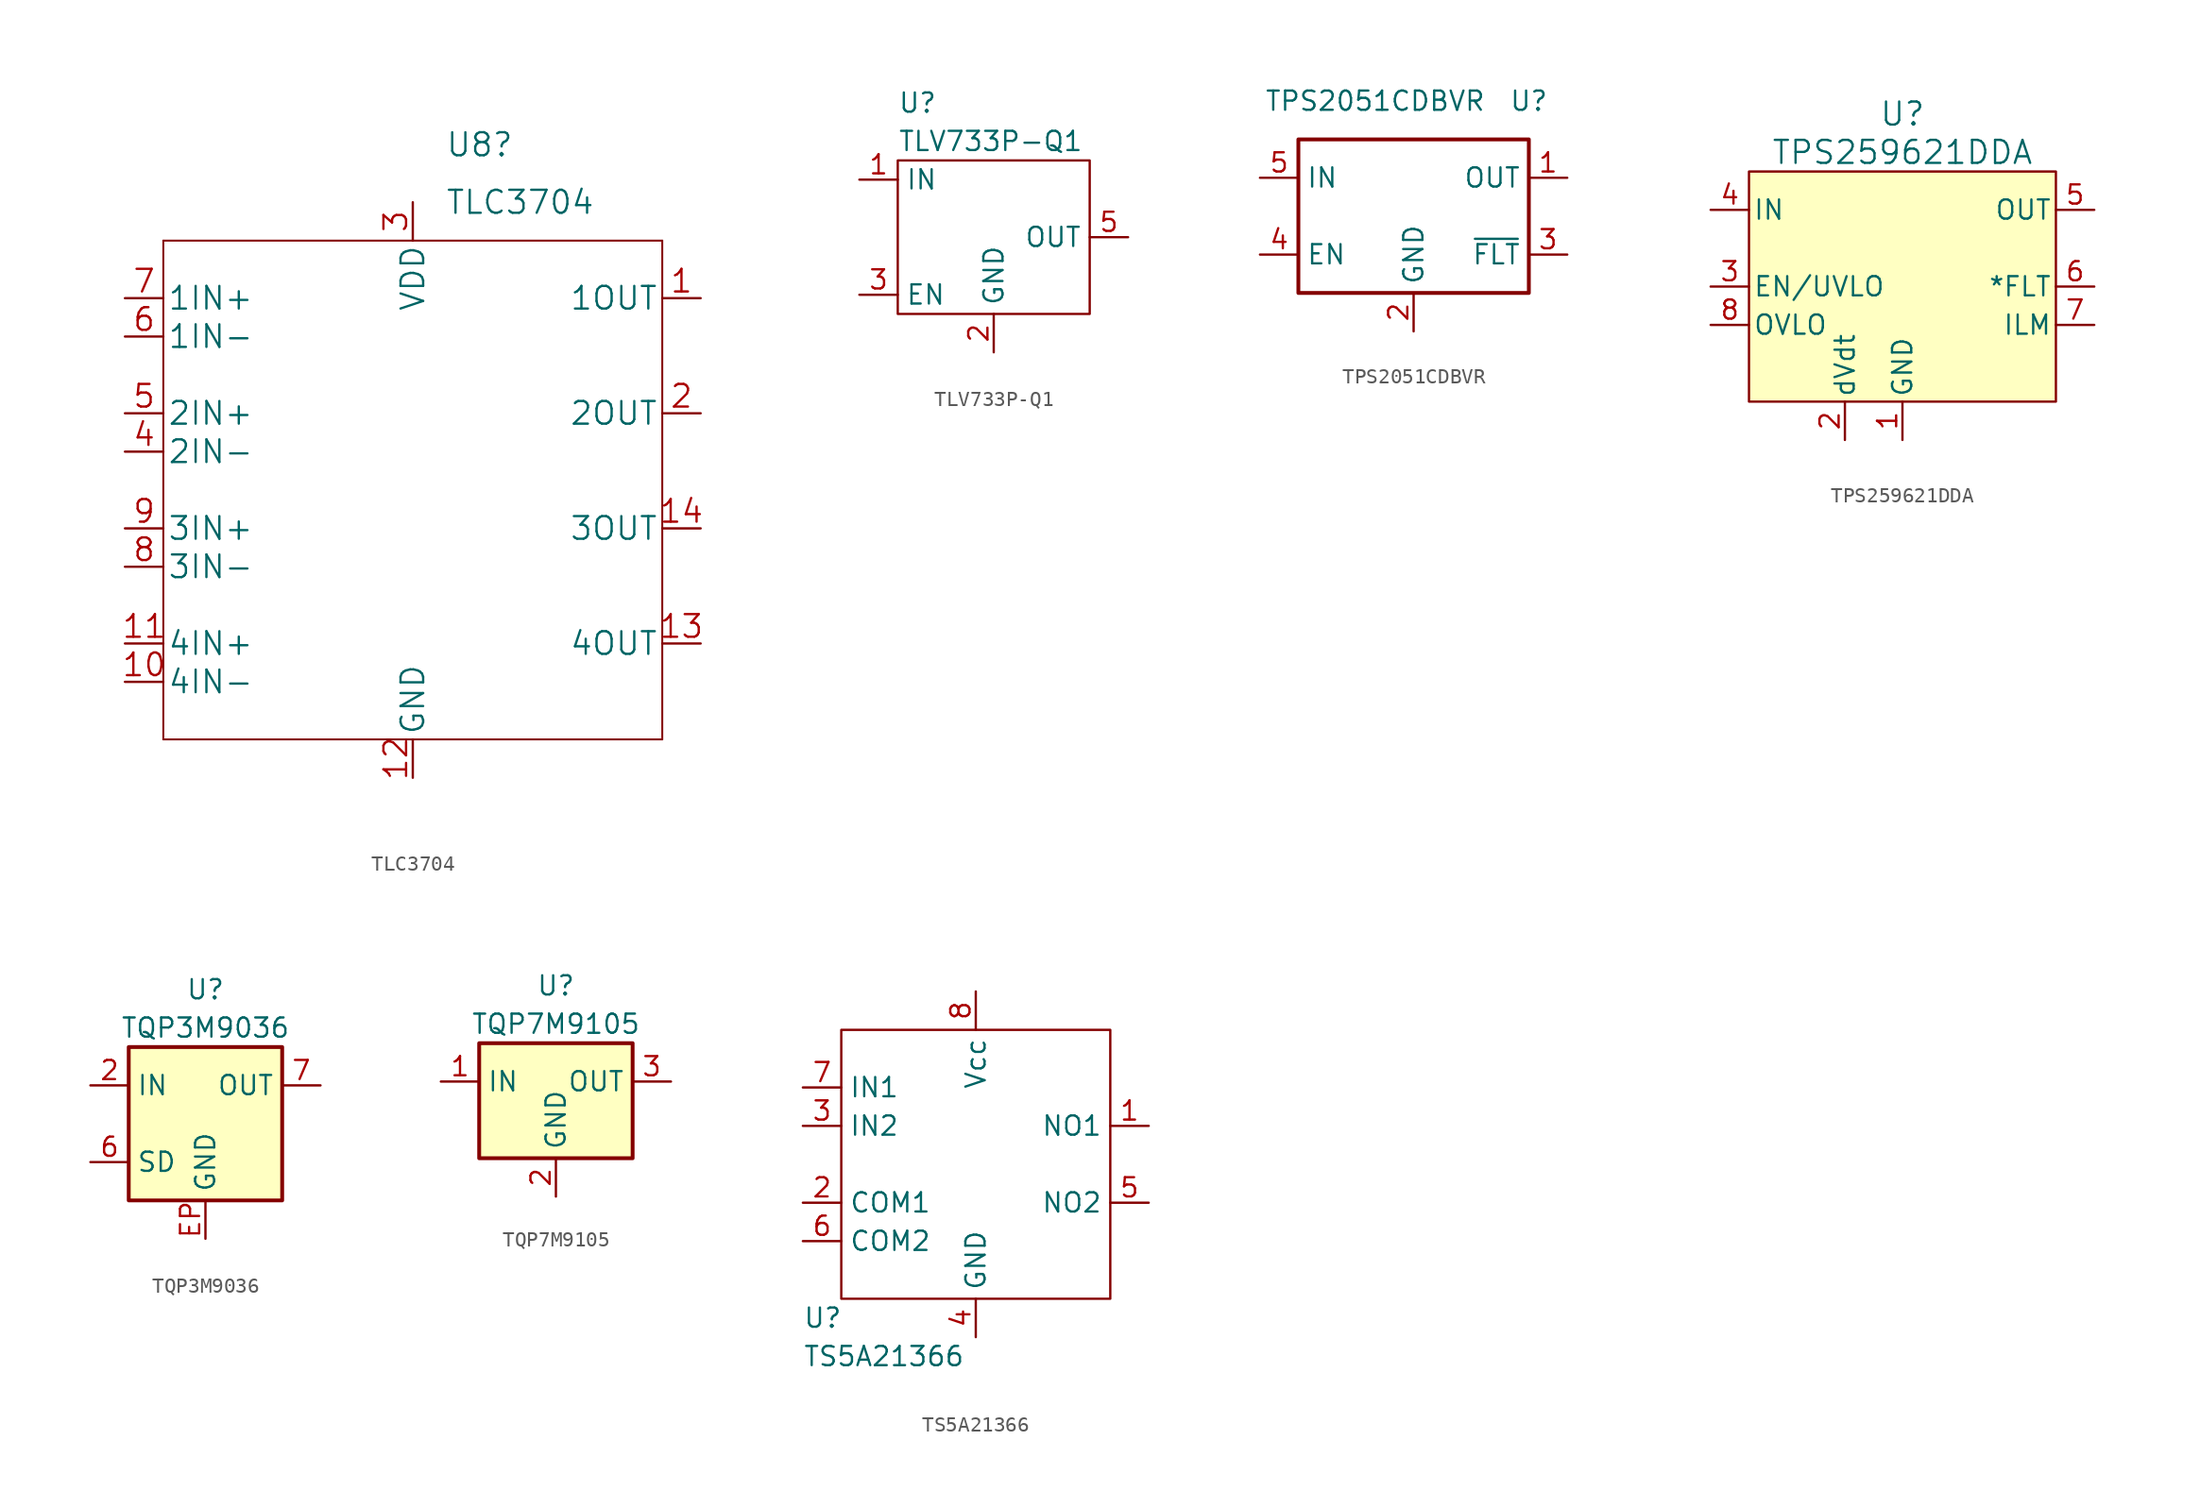
<source format=kicad_sym>
(kicad_symbol_lib
  (version 20220914)
  (generator kicad_symbol_editor)
  (symbol "TLC3704"
    (pin_names
      (offset 0.254))
    (property "Reference" "U8"
      (at 26.275 11.43 0)
      (effects (font (size 1.524 1.524)) (justify left)))
    (property "Value" "TLC3704"
      (at 26.275 7.62 0)
      (effects (font (size 1.524 1.524)) (justify left)))
    (symbol "TLC3704_1_1"
      (polyline (pts (xy 7.62 -27.94) (xy 40.64 -27.94)) (stroke (width 0.127) (type default)) (fill (type none)))
      (polyline (pts (xy 7.62 5.08) (xy 7.62 -27.94)) (stroke (width 0.127) (type default)) (fill (type none)))
      (polyline (pts (xy 40.64 -27.94) (xy 40.64 5.08)) (stroke (width 0.127) (type default)) (fill (type none)))
      (polyline (pts (xy 40.64 5.08) (xy 7.62 5.08)) (stroke (width 0.127) (type default)) (fill (type none)))
      (pin output line (at 43.18 1.27 180) (length 2.54) (name "1OUT" (effects (font (size 1.499 1.499)))) (number "1" (effects (font (size 1.499 1.499)))))
      (pin input line (at 5.08 -24.13 0) (length 2.54) (name "4IN-" (effects (font (size 1.499 1.499)))) (number "10" (effects (font (size 1.499 1.499)))))
      (pin input line (at 5.08 -21.59 0) (length 2.54) (name "4IN+" (effects (font (size 1.499 1.499)))) (number "11" (effects (font (size 1.499 1.499)))))
      (pin power_in line (at 24.13 -30.48 90) (length 2.54) (name "GND" (effects (font (size 1.499 1.499)))) (number "12" (effects (font (size 1.499 1.499)))))
      (pin output line (at 43.18 -21.59 180) (length 2.54) (name "4OUT" (effects (font (size 1.499 1.499)))) (number "13" (effects (font (size 1.499 1.499)))))
      (pin output line (at 43.18 -13.97 180) (length 2.54) (name "3OUT" (effects (font (size 1.499 1.499)))) (number "14" (effects (font (size 1.499 1.499)))))
      (pin output line (at 43.18 -6.35 180) (length 2.54) (name "2OUT" (effects (font (size 1.499 1.499)))) (number "2" (effects (font (size 1.499 1.499)))))
      (pin power_in line (at 24.13 7.62 270) (length 2.54) (name "VDD" (effects (font (size 1.499 1.499)))) (number "3" (effects (font (size 1.499 1.499)))))
      (pin input line (at 5.08 -8.89 0) (length 2.54) (name "2IN-" (effects (font (size 1.499 1.499)))) (number "4" (effects (font (size 1.499 1.499)))))
      (pin input line (at 5.08 -6.35 0) (length 2.54) (name "2IN+" (effects (font (size 1.499 1.499)))) (number "5" (effects (font (size 1.499 1.499)))))
      (pin input line (at 5.08 -1.27 0) (length 2.54) (name "1IN-" (effects (font (size 1.499 1.499)))) (number "6" (effects (font (size 1.499 1.499)))))
      (pin input line (at 5.08 1.27 0) (length 2.54) (name "1IN+" (effects (font (size 1.499 1.499)))) (number "7" (effects (font (size 1.499 1.499)))))
      (pin input line (at 5.08 -16.51 0) (length 2.54) (name "3IN-" (effects (font (size 1.499 1.499)))) (number "8" (effects (font (size 1.499 1.499)))))
      (pin input line (at 5.08 -13.97 0) (length 2.54) (name "3IN+" (effects (font (size 1.499 1.499)))) (number "9" (effects (font (size 1.499 1.499)))))))
  (symbol "TLV733P-Q1"
    (property "Reference" "U"
      (at -7.62 8.89 0)
      (effects (font (size 1.27 1.27)) (justify left)))
    (property "Value" "TLV733P-Q1"
      (at -7.62 6.35 0)
      (effects (font (size 1.27 1.27)) (justify left)))
    (symbol "TLV733P-Q1_0_1"
      (rectangle (start -7.62 5.08) (end 5.08 -5.08) (stroke (width 0.152) (type default)) (fill (type none))))
    (symbol "TLV733P-Q1_1_1"
      (pin input line (at -10.16 3.81 0) (length 2.54) (name "IN" (effects (font (size 1.27 1.27)))) (number "1" (effects (font (size 1.27 1.27)))))
      (pin input line (at -1.27 -7.62 90) (length 2.54) (name "GND" (effects (font (size 1.27 1.27)))) (number "2" (effects (font (size 1.27 1.27)))))
      (pin input line (at -10.16 -3.81 0) (length 2.54) (name "EN" (effects (font (size 1.27 1.27)))) (number "3" (effects (font (size 1.27 1.27)))))
      (pin no_connect line (at -10.16 0 0) (length 2.54) hide (name "NC" (effects (font (size 1.27 1.27)))) (number "4" (effects (font (size 1.27 1.27)))))
      (pin input line (at 7.62 0 180) (length 2.54) (name "OUT" (effects (font (size 1.27 1.27)))) (number "5" (effects (font (size 1.27 1.27)))))))
  (symbol "TPS2051CDBVR"
    (property "Reference" "U"
      (at 7.62 7.62 0)
      (effects (font (size 1.27 1.27))))
    (property "Value" "TPS2051CDBVR"
      (at -2.54 7.62 0)
      (effects (font (size 1.27 1.27))))
    (symbol "TPS2051CDBVR_0_1"
      (rectangle (start -7.62 5.08) (end 7.62 -5.08) (stroke (width 0.254) (type default)) (fill (type none))))
    (symbol "TPS2051CDBVR_1_1"
      (pin power_out line (at 10.16 2.54 180) (length 2.54) (name "OUT" (effects (font (size 1.27 1.27)))) (number "1" (effects (font (size 1.27 1.27)))))
      (pin power_in line (at 0 -7.62 90) (length 2.54) (name "GND" (effects (font (size 1.27 1.27)))) (number "2" (effects (font (size 1.27 1.27)))))
      (pin power_out line (at 10.16 -2.54 180) (length 2.54) (name "~{FLT}" (effects (font (size 1.27 1.27)))) (number "3" (effects (font (size 1.27 1.27)))))
      (pin input line (at -10.16 -2.54 0) (length 2.54) (name "EN" (effects (font (size 1.27 1.27)))) (number "4" (effects (font (size 1.27 1.27)))))
      (pin power_in line (at -10.16 2.54 0) (length 2.54) (name "IN" (effects (font (size 1.27 1.27)))) (number "5" (effects (font (size 1.27 1.27)))))))
  (symbol "TPS259621DDA"
    (pin_names
      (offset 0.254))
    (property "Reference" "U"
      (at 0 11.43 0)
      (effects (font (size 1.524 1.524))))
    (property "Value" "TPS259621DDA"
      (at 0 8.89 0)
      (effects (font (size 1.524 1.524))))
    (symbol "TPS259621DDA_1_1"
      (rectangle (start -10.16 7.62) (end 10.16 -7.62) (stroke (width 0) (type default)) (fill (type background)))
      (pin power_in line (at 0 -10.16 90) (length 2.54) (name "GND" (effects (font (size 1.27 1.27)))) (number "1" (effects (font (size 1.27 1.27)))))
      (pin output line (at -3.81 -10.16 90) (length 2.54) (name "dVdt" (effects (font (size 1.27 1.27)))) (number "2" (effects (font (size 1.27 1.27)))))
      (pin input line (at -12.7 0 0) (length 2.54) (name "EN/UVLO" (effects (font (size 1.27 1.27)))) (number "3" (effects (font (size 1.27 1.27)))))
      (pin power_in line (at -12.7 5.08 0) (length 2.54) (name "IN" (effects (font (size 1.27 1.27)))) (number "4" (effects (font (size 1.27 1.27)))))
      (pin power_out line (at 12.7 5.08 180) (length 2.54) (name "OUT" (effects (font (size 1.27 1.27)))) (number "5" (effects (font (size 1.27 1.27)))))
      (pin open_collector line (at 12.7 0 180) (length 2.54) (name "*FLT" (effects (font (size 1.27 1.27)))) (number "6" (effects (font (size 1.27 1.27)))))
      (pin output line (at 12.7 -2.54 180) (length 2.54) (name "ILM" (effects (font (size 1.27 1.27)))) (number "7" (effects (font (size 1.27 1.27)))))
      (pin input line (at -12.7 -2.54 0) (length 2.54) (name "OVLO" (effects (font (size 1.27 1.27)))) (number "8" (effects (font (size 1.27 1.27)))))
      (pin power_in line (at 0 -10.16 90) (length 2.54) hide (name "GND" (effects (font (size 1.27 1.27)))) (number "9" (effects (font (size 1.27 1.27)))))))
  (symbol "TQP3M9036"
    (property "Reference" "U"
      (at 0 8.89 0)
      (effects (font (size 1.27 1.27))))
    (property "Value" "TQP3M9036"
      (at 0 6.35 0)
      (effects (font (size 1.27 1.27))))
    (symbol "TQP3M9036_1_1"
      (rectangle (start -5.08 5.08) (end 5.08 -5.08) (stroke (width 0.254) (type default)) (fill (type background)))
      (pin no_connect line (at 3.81 -7.62 90) (length 2.54) hide (name "1" (effects (font (size 1.27 1.27)))) (number "1" (effects (font (size 1.27 1.27)))))
      (pin input line (at -7.62 2.54 0) (length 2.54) (name "IN" (effects (font (size 1.27 1.27)))) (number "2" (effects (font (size 1.27 1.27)))))
      (pin no_connect line (at 3.81 -7.62 90) (length 2.54) hide (name "3" (effects (font (size 1.27 1.27)))) (number "3" (effects (font (size 1.27 1.27)))))
      (pin no_connect line (at 3.81 -7.62 90) (length 2.54) hide (name "4" (effects (font (size 1.27 1.27)))) (number "4" (effects (font (size 1.27 1.27)))))
      (pin input line (at -7.62 -2.54 0) (length 2.54) (name "SD" (effects (font (size 1.27 1.27)))) (number "6" (effects (font (size 1.27 1.27)))))
      (pin output line (at 7.62 2.54 180) (length 2.54) (name "OUT" (effects (font (size 1.27 1.27)))) (number "7" (effects (font (size 1.27 1.27)))))
      (pin no_connect line (at 3.81 -7.62 90) (length 2.54) hide (name "8" (effects (font (size 1.27 1.27)))) (number "8" (effects (font (size 1.27 1.27)))))
      (pin power_in line (at 0 -7.62 90) (length 2.54) (name "GND" (effects (font (size 1.27 1.27)))) (number "EP" (effects (font (size 1.27 1.27)))))))
  (symbol "TQP7M9105"
    (property "Reference" "U"
      (at 0 6.35 0)
      (effects (font (size 1.27 1.27))))
    (property "Value" "TQP7M9105"
      (at 0 3.81 0)
      (effects (font (size 1.27 1.27))))
    (symbol "TQP7M9105_1_1"
      (rectangle (start -5.08 2.54) (end 5.08 -5.08) (stroke (width 0.254) (type default)) (fill (type background)))
      (pin input line (at -7.62 0 0) (length 2.54) (name "IN" (effects (font (size 1.27 1.27)))) (number "1" (effects (font (size 1.27 1.27)))))
      (pin power_in line (at 0 -7.62 90) (length 2.54) (name "GND" (effects (font (size 1.27 1.27)))) (number "2" (effects (font (size 1.27 1.27)))))
      (pin output line (at 7.62 0 180) (length 2.54) (name "OUT" (effects (font (size 1.27 1.27)))) (number "3" (effects (font (size 1.27 1.27)))))
      (pin power_in line (at 0 -7.62 90) (length 2.54) hide (name "GND" (effects (font (size 1.27 1.27)))) (number "EP" (effects (font (size 1.27 1.27)))))))
  (symbol "TS5A21366"
    (property "Reference" "U"
      (at -11.43 -10.16 0)
      (effects (font (size 1.27 1.27)) (justify left)))
    (property "Value" "TS5A21366"
      (at -11.43 -12.7 0)
      (effects (font (size 1.27 1.27)) (justify left)))
    (symbol "TS5A21366_0_1"
      (rectangle (start -8.89 8.89) (end 8.89 -8.89) (stroke (width 0.152) (type default)) (fill (type none))))
    (symbol "TS5A21366_1_1"
      (pin input line (at 11.43 2.54 180) (length 2.54) (name "NO1" (effects (font (size 1.27 1.27)))) (number "1" (effects (font (size 1.27 1.27)))))
      (pin input line (at -11.43 -2.54 0) (length 2.54) (name "COM1" (effects (font (size 1.27 1.27)))) (number "2" (effects (font (size 1.27 1.27)))))
      (pin input line (at -11.43 2.54 0) (length 2.54) (name "IN2" (effects (font (size 1.27 1.27)))) (number "3" (effects (font (size 1.27 1.27)))))
      (pin input line (at 0 -11.43 90) (length 2.54) (name "GND" (effects (font (size 1.27 1.27)))) (number "4" (effects (font (size 1.27 1.27)))))
      (pin input line (at 11.43 -2.54 180) (length 2.54) (name "NO2" (effects (font (size 1.27 1.27)))) (number "5" (effects (font (size 1.27 1.27)))))
      (pin input line (at -11.43 -5.08 0) (length 2.54) (name "COM2" (effects (font (size 1.27 1.27)))) (number "6" (effects (font (size 1.27 1.27)))))
      (pin input line (at -11.43 5.08 0) (length 2.54) (name "IN1" (effects (font (size 1.27 1.27)))) (number "7" (effects (font (size 1.27 1.27)))))
      (pin input line (at 0 11.43 270) (length 2.54) (name "Vcc" (effects (font (size 1.27 1.27)))) (number "8" (effects (font (size 1.27 1.27))))))))
</source>
